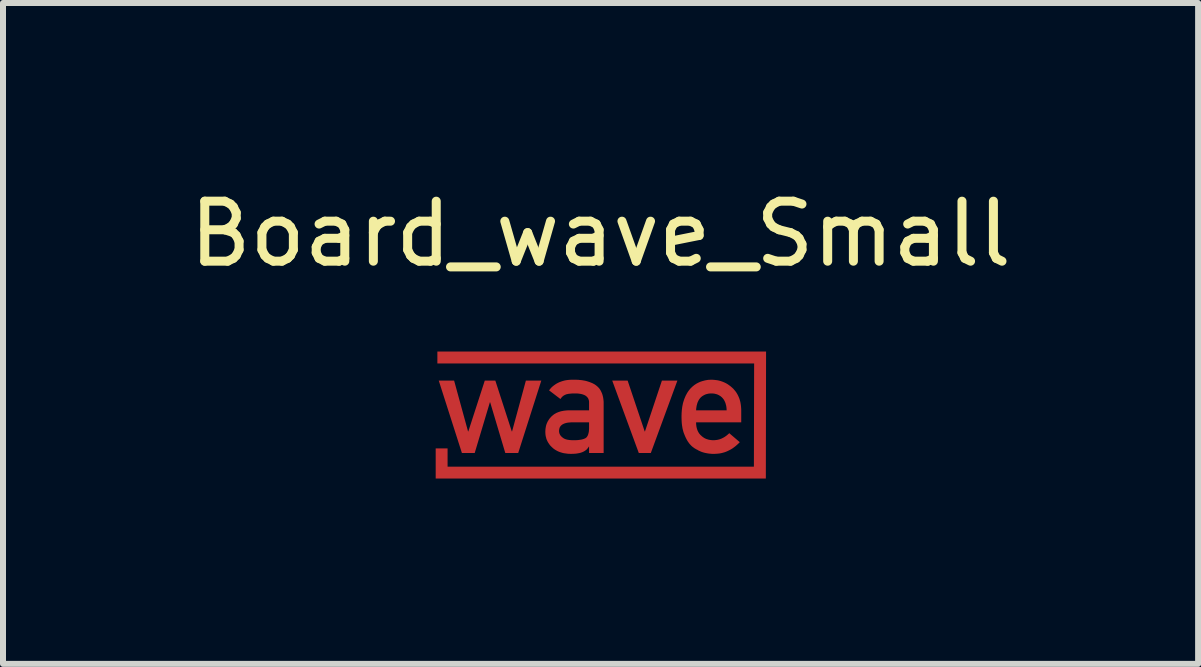
<source format=kicad_pcb>
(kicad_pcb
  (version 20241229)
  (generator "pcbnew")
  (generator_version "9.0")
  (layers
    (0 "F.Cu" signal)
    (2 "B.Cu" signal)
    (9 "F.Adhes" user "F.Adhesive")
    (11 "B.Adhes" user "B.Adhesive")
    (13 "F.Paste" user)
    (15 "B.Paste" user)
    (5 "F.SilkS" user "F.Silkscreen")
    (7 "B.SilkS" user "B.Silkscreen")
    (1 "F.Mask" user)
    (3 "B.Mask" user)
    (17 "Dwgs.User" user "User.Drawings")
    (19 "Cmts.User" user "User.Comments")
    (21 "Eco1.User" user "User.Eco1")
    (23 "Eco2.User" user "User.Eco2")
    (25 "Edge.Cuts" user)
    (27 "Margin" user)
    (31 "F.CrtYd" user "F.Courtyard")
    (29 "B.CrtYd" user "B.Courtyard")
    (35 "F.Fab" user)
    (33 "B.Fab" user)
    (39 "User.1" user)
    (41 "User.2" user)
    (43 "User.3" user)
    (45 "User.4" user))
  (footprint "Board_wave_Small"
    (layer "F.Cu")
    (at 6.958 3.848)
    (property "Reference" "Board_wave_Small" (at 0 -3 0) (unlocked yes) (layer "F.SilkS") (effects (font (size 1 1) (thickness 0.15))))
    (attr exclude_from_pos_files exclude_from_bom allow_missing_courtyard)
    (fp_poly (pts (xy 0.736 0.291) (xy 0.741 0.291) (xy 1.023 -0.555) (xy 1.281 -0.555) (xy 0.838 0.652) (xy 0.638 0.652) (xy 0.195 -0.555) (xy 0.452 -0.555)) (stroke (width 0) (type solid)) (fill yes) (layer "F.Cu"))
    (fp_poly (pts (xy 2.755 1.077) (xy -2.747 1.077) (xy -2.747 0.575) (xy -2.549 0.575) (xy -2.549 0.879) (xy 2.556 0.879) (xy 2.56 -0.841) (xy -2.719 -0.841) (xy -2.719 -1.039) (xy 2.759 -1.039)) (stroke (width 0) (type solid)) (fill yes) (layer "F.Cu"))
    (fp_poly (pts (xy -2.208 0.291) (xy -2.203 0.291) (xy -1.929 -0.555) (xy -1.753 -0.555) (xy -1.479 0.291) (xy -1.474 0.291) (xy -1.244 -0.555) (xy -0.987 -0.555) (xy -1.372 0.652) (xy -1.587 0.652) (xy -1.839 -0.193) (xy -1.844 -0.193) (xy -2.097 0.652) (xy -2.31 0.652) (xy -2.696 -0.555) (xy -2.44 -0.555)) (stroke (width 0) (type solid)) (fill yes) (layer "F.Cu"))
    (fp_poly (pts (xy 1.873 -0.569) (xy 1.898 -0.567) (xy 1.923 -0.564) (xy 1.947 -0.561) (xy 1.971 -0.556) (xy 1.994 -0.55) (xy 2.016 -0.543) (xy 2.038 -0.535) (xy 2.06 -0.526) (xy 2.081 -0.516) (xy 2.102 -0.505) (xy 2.122 -0.493) (xy 2.141 -0.479) (xy 2.161 -0.465) (xy 2.179 -0.45) (xy 2.197 -0.434) (xy 2.215 -0.417) (xy 2.231 -0.398) (xy 2.247 -0.379) (xy 2.261 -0.36) (xy 2.274 -0.339) (xy 2.286 -0.318) (xy 2.297 -0.295) (xy 2.307 -0.272) (xy 2.316 -0.249) (xy 2.323 -0.224) (xy 2.33 -0.199) (xy 2.335 -0.172) (xy 2.339 -0.145) (xy 2.342 -0.118) (xy 2.344 -0.089) (xy 2.345 -0.06) (xy 2.345 0.14) (xy 1.593 0.14) (xy 1.593 0.158) (xy 1.594 0.176) (xy 1.596 0.193) (xy 1.598 0.209) (xy 1.601 0.224) (xy 1.605 0.24) (xy 1.609 0.254) (xy 1.614 0.268) (xy 1.619 0.282) (xy 1.626 0.295) (xy 1.632 0.307) (xy 1.64 0.319) (xy 1.648 0.331) (xy 1.657 0.341) (xy 1.666 0.352) (xy 1.677 0.361) (xy 1.687 0.371) (xy 1.697 0.379) (xy 1.708 0.387) (xy 1.719 0.395) (xy 1.73 0.402) (xy 1.742 0.408) (xy 1.754 0.414) (xy 1.767 0.419) (xy 1.78 0.423) (xy 1.793 0.427) (xy 1.807 0.431) (xy 1.821 0.433) (xy 1.835 0.435) (xy 1.85 0.437) (xy 1.866 0.438) (xy 1.881 0.438) (xy 1.899 0.438) (xy 1.918 0.436) (xy 1.935 0.434) (xy 1.953 0.431) (xy 1.97 0.427) (xy 1.988 0.422) (xy 2.004 0.416) (xy 2.021 0.409) (xy 2.037 0.401) (xy 2.054 0.392) (xy 2.069 0.383) (xy 2.085 0.372) (xy 2.1 0.361) (xy 2.116 0.348) (xy 2.131 0.335) (xy 2.145 0.321) (xy 2.321 0.471) (xy 2.297 0.495) (xy 2.273 0.517) (xy 2.249 0.538) (xy 2.224 0.557) (xy 2.199 0.575) (xy 2.173 0.591) (xy 2.146 0.605) (xy 2.12 0.618) (xy 2.092 0.63) (xy 2.064 0.64) (xy 2.036 0.648) (xy 2.007 0.655) (xy 1.977 0.66) (xy 1.947 0.663) (xy 1.917 0.665) (xy 1.886 0.666) (xy 1.862 0.666) (xy 1.839 0.664) (xy 1.815 0.662) (xy 1.792 0.659) (xy 1.769 0.655) (xy 1.745 0.65) (xy 1.723 0.645) (xy 1.7 0.638) (xy 1.689 0.634) (xy 1.677 0.63) (xy 1.666 0.625) (xy 1.655 0.62) (xy 1.644 0.615) (xy 1.633 0.61) (xy 1.622 0.604) (xy 1.612 0.597) (xy 1.6 0.592) (xy 1.589 0.586) (xy 1.578 0.579) (xy 1.567 0.573) (xy 1.557 0.566) (xy 1.547 0.558) (xy 1.537 0.551) (xy 1.527 0.543) (xy 1.517 0.534) (xy 1.508 0.525) (xy 1.499 0.515) (xy 1.49 0.506) (xy 1.481 0.495) (xy 1.473 0.485) (xy 1.465 0.473) (xy 1.457 0.462) (xy 1.449 0.45) (xy 1.442 0.437) (xy 1.435 0.425) (xy 1.428 0.411) (xy 1.421 0.398) (xy 1.415 0.384) (xy 1.408 0.369) (xy 1.402 0.354) (xy 1.396 0.339) (xy 1.39 0.324) (xy 1.384 0.308) (xy 1.379 0.292) (xy 1.375 0.275) (xy 1.37 0.257) (xy 1.366 0.239) (xy 1.363 0.221) (xy 1.36 0.202) (xy 1.357 0.182) (xy 1.355 0.162) (xy 1.353 0.141) (xy 1.351 0.098) (xy 1.35 0.052) (xy 1.35 0.03) (xy 1.351 0.008) (xy 1.351 -0.013) (xy 1.353 -0.034) (xy 1.354 -0.054) (xy 1.355 -0.06) (xy 1.593 -0.06) (xy 2.102 -0.06) (xy 2.101 -0.077) (xy 2.1 -0.094) (xy 2.098 -0.11) (xy 2.096 -0.126) (xy 2.093 -0.141) (xy 2.089 -0.155) (xy 2.085 -0.17) (xy 2.081 -0.183) (xy 2.076 -0.196) (xy 2.07 -0.209) (xy 2.064 -0.221) (xy 2.058 -0.232) (xy 2.051 -0.243) (xy 2.043 -0.253) (xy 2.035 -0.263) (xy 2.026 -0.272) (xy 2.018 -0.281) (xy 2.008 -0.288) (xy 1.999 -0.296) (xy 1.989 -0.302) (xy 1.979 -0.308) (xy 1.969 -0.314) (xy 1.958 -0.319) (xy 1.947 -0.324) (xy 1.936 -0.328) (xy 1.924 -0.331) (xy 1.912 -0.334) (xy 1.9 -0.337) (xy 1.887 -0.339) (xy 1.874 -0.34) (xy 1.861 -0.341) (xy 1.848 -0.341) (xy 1.834 -0.341) (xy 1.821 -0.34) (xy 1.808 -0.339) (xy 1.795 -0.337) (xy 1.783 -0.334) (xy 1.771 -0.331) (xy 1.759 -0.328) (xy 1.748 -0.324) (xy 1.737 -0.319) (xy 1.726 -0.314) (xy 1.716 -0.308) (xy 1.706 -0.302) (xy 1.696 -0.296) (xy 1.686 -0.288) (xy 1.677 -0.281) (xy 1.668 -0.272) (xy 1.66 -0.263) (xy 1.652 -0.253) (xy 1.645 -0.243) (xy 1.638 -0.232) (xy 1.632 -0.221) (xy 1.626 -0.209) (xy 1.62 -0.196) (xy 1.615 -0.183) (xy 1.611 -0.17) (xy 1.607 -0.155) (xy 1.603 -0.141) (xy 1.6 -0.126) (xy 1.598 -0.11) (xy 1.595 -0.094) (xy 1.594 -0.077) (xy 1.593 -0.06) (xy 1.355 -0.06) (xy 1.356 -0.074) (xy 1.359 -0.093) (xy 1.361 -0.112) (xy 1.364 -0.13) (xy 1.368 -0.148) (xy 1.371 -0.165) (xy 1.375 -0.182) (xy 1.38 -0.199) (xy 1.385 -0.215) (xy 1.39 -0.23) (xy 1.395 -0.246) (xy 1.401 -0.26) (xy 1.407 -0.275) (xy 1.413 -0.289) (xy 1.419 -0.303) (xy 1.426 -0.316) (xy 1.433 -0.329) (xy 1.44 -0.342) (xy 1.447 -0.354) (xy 1.454 -0.365) (xy 1.462 -0.377) (xy 1.47 -0.388) (xy 1.478 -0.398) (xy 1.486 -0.408) (xy 1.494 -0.418) (xy 1.503 -0.427) (xy 1.512 -0.436) (xy 1.521 -0.445) (xy 1.53 -0.453) (xy 1.539 -0.462) (xy 1.549 -0.469) (xy 1.558 -0.477) (xy 1.568 -0.484) (xy 1.578 -0.491) (xy 1.588 -0.497) (xy 1.598 -0.504) (xy 1.608 -0.509) (xy 1.619 -0.515) (xy 1.629 -0.52) (xy 1.64 -0.525) (xy 1.651 -0.53) (xy 1.662 -0.535) (xy 1.673 -0.539) (xy 1.695 -0.546) (xy 1.706 -0.549) (xy 1.717 -0.552) (xy 1.728 -0.555) (xy 1.739 -0.558) (xy 1.75 -0.56) (xy 1.761 -0.562) (xy 1.772 -0.564) (xy 1.783 -0.566) (xy 1.793 -0.567) (xy 1.804 -0.568) (xy 1.815 -0.569) (xy 1.826 -0.569) (xy 1.837 -0.57) (xy 1.848 -0.57)) (stroke (width 0) (type solid)) (fill yes) (layer "F.Cu"))
    (fp_poly (pts (xy -0.422 -0.57) (xy -0.395 -0.569) (xy -0.368 -0.568) (xy -0.342 -0.565) (xy -0.317 -0.563) (xy -0.292 -0.559) (xy -0.268 -0.555) (xy -0.245 -0.55) (xy -0.223 -0.544) (xy -0.201 -0.537) (xy -0.18 -0.53) (xy -0.16 -0.522) (xy -0.14 -0.514) (xy -0.122 -0.505) (xy -0.103 -0.495) (xy -0.086 -0.484) (xy -0.07 -0.472) (xy -0.054 -0.459) (xy -0.04 -0.445) (xy -0.026 -0.431) (xy -0.014 -0.415) (xy -0.003 -0.398) (xy 0.007 -0.38) (xy 0.016 -0.361) (xy 0.025 -0.341) (xy 0.032 -0.32) (xy 0.038 -0.298) (xy 0.043 -0.275) (xy 0.047 -0.251) (xy 0.05 -0.225) (xy 0.052 -0.199) (xy 0.052 -0.172) (xy 0.052 0.652) (xy -0.191 0.652) (xy -0.191 0.545) (xy -0.195 0.545) (xy -0.2 0.553) (xy -0.204 0.56) (xy -0.209 0.567) (xy -0.215 0.574) (xy -0.22 0.58) (xy -0.226 0.587) (xy -0.232 0.593) (xy -0.238 0.599) (xy -0.245 0.604) (xy -0.252 0.609) (xy -0.259 0.614) (xy -0.267 0.619) (xy -0.275 0.624) (xy -0.283 0.628) (xy -0.291 0.632) (xy -0.3 0.636) (xy -0.309 0.639) (xy -0.318 0.643) (xy -0.328 0.646) (xy -0.338 0.649) (xy -0.349 0.652) (xy -0.36 0.654) (xy -0.371 0.656) (xy -0.383 0.658) (xy -0.408 0.662) (xy -0.435 0.664) (xy -0.463 0.665) (xy -0.493 0.666) (xy -0.518 0.665) (xy -0.542 0.664) (xy -0.566 0.661) (xy -0.588 0.658) (xy -0.61 0.655) (xy -0.632 0.65) (xy -0.652 0.644) (xy -0.672 0.638) (xy -0.691 0.631) (xy -0.71 0.623) (xy -0.727 0.614) (xy -0.744 0.605) (xy -0.76 0.595) (xy -0.776 0.584) (xy -0.791 0.572) (xy -0.805 0.559) (xy -0.819 0.546) (xy -0.832 0.533) (xy -0.844 0.519) (xy -0.855 0.504) (xy -0.865 0.489) (xy -0.875 0.474) (xy -0.883 0.459) (xy -0.891 0.442) (xy -0.898 0.426) (xy -0.904 0.409) (xy -0.908 0.391) (xy -0.913 0.373) (xy -0.916 0.355) (xy -0.918 0.336) (xy -0.919 0.317) (xy -0.92 0.297) (xy -0.919 0.286) (xy -0.691 0.286) (xy -0.691 0.293) (xy -0.69 0.301) (xy -0.689 0.308) (xy -0.687 0.315) (xy -0.686 0.322) (xy -0.683 0.329) (xy -0.68 0.336) (xy -0.677 0.343) (xy -0.674 0.349) (xy -0.669 0.356) (xy -0.665 0.362) (xy -0.66 0.368) (xy -0.655 0.374) (xy -0.649 0.379) (xy -0.643 0.385) (xy -0.636 0.391) (xy -0.629 0.396) (xy -0.622 0.402) (xy -0.614 0.407) (xy -0.606 0.411) (xy -0.597 0.416) (xy -0.587 0.42) (xy -0.577 0.423) (xy -0.567 0.426) (xy -0.556 0.429) (xy -0.544 0.431) (xy -0.532 0.433) (xy -0.519 0.435) (xy -0.506 0.436) (xy -0.492 0.437) (xy -0.478 0.438) (xy -0.463 0.438) (xy -0.444 0.438) (xy -0.426 0.438) (xy -0.409 0.438) (xy -0.392 0.437) (xy -0.376 0.436) (xy -0.361 0.434) (xy -0.347 0.432) (xy -0.333 0.43) (xy -0.32 0.428) (xy -0.307 0.425) (xy -0.296 0.422) (xy -0.285 0.419) (xy -0.274 0.415) (xy -0.265 0.411) (xy -0.256 0.407) (xy -0.248 0.402) (xy -0.241 0.397) (xy -0.234 0.391) (xy -0.228 0.384) (xy -0.223 0.377) (xy -0.218 0.369) (xy -0.213 0.36) (xy -0.209 0.35) (xy -0.205 0.339) (xy -0.202 0.328) (xy -0.199 0.316) (xy -0.196 0.303) (xy -0.194 0.289) (xy -0.193 0.275) (xy -0.192 0.26) (xy -0.191 0.244) (xy -0.191 0.228) (xy -0.191 0.14) (xy -0.482 0.14) (xy -0.507 0.142) (xy -0.519 0.143) (xy -0.531 0.144) (xy -0.542 0.145) (xy -0.553 0.147) (xy -0.564 0.149) (xy -0.574 0.151) (xy -0.584 0.154) (xy -0.593 0.157) (xy -0.602 0.16) (xy -0.61 0.163) (xy -0.618 0.167) (xy -0.626 0.171) (xy -0.633 0.175) (xy -0.64 0.179) (xy -0.646 0.184) (xy -0.652 0.189) (xy -0.657 0.194) (xy -0.662 0.199) (xy -0.667 0.205) (xy -0.671 0.211) (xy -0.675 0.217) (xy -0.679 0.224) (xy -0.682 0.231) (xy -0.684 0.238) (xy -0.686 0.245) (xy -0.688 0.253) (xy -0.689 0.261) (xy -0.69 0.269) (xy -0.691 0.277) (xy -0.691 0.286) (xy -0.919 0.286) (xy -0.919 0.279) (xy -0.918 0.26) (xy -0.916 0.242) (xy -0.913 0.224) (xy -0.91 0.207) (xy -0.906 0.19) (xy -0.901 0.174) (xy -0.895 0.158) (xy -0.888 0.143) (xy -0.881 0.127) (xy -0.872 0.113) (xy -0.863 0.098) (xy -0.854 0.084) (xy -0.843 0.071) (xy -0.832 0.058) (xy -0.82 0.045) (xy -0.807 0.033) (xy -0.793 0.021) (xy -0.779 0.01) (xy -0.764 0.00018) (xy -0.748 -0.009) (xy -0.732 -0.018) (xy -0.714 -0.025) (xy -0.696 -0.032) (xy -0.678 -0.038) (xy -0.658 -0.044) (xy -0.638 -0.048) (xy -0.617 -0.052) (xy -0.596 -0.055) (xy -0.574 -0.057) (xy -0.551 -0.059) (xy -0.527 -0.06) (xy -0.191 -0.06) (xy -0.191 -0.186) (xy -0.191 -0.196) (xy -0.191 -0.206) (xy -0.193 -0.215) (xy -0.194 -0.224) (xy -0.196 -0.232) (xy -0.199 -0.24) (xy -0.202 -0.248) (xy -0.205 -0.256) (xy -0.209 -0.263) (xy -0.214 -0.27) (xy -0.219 -0.276) (xy -0.225 -0.283) (xy -0.231 -0.289) (xy -0.237 -0.294) (xy -0.244 -0.3) (xy -0.252 -0.305) (xy -0.26 -0.309) (xy -0.268 -0.314) (xy -0.286 -0.321) (xy -0.307 -0.328) (xy -0.329 -0.333) (xy -0.354 -0.337) (xy -0.38 -0.34) (xy -0.408 -0.341) (xy -0.438 -0.341) (xy -0.46 -0.341) (xy -0.481 -0.34) (xy -0.491 -0.339) (xy -0.501 -0.338) (xy -0.51 -0.337) (xy -0.52 -0.336) (xy -0.528 -0.335) (xy -0.537 -0.334) (xy -0.545 -0.332) (xy -0.553 -0.33) (xy -0.56 -0.329) (xy -0.568 -0.327) (xy -0.575 -0.325) (xy -0.581 -0.322) (xy -0.588 -0.319) (xy -0.595 -0.316) (xy -0.601 -0.313) (xy -0.607 -0.309) (xy -0.613 -0.306) (xy -0.619 -0.302) (xy -0.625 -0.297) (xy -0.63 -0.293) (xy -0.636 -0.288) (xy -0.641 -0.283) (xy -0.646 -0.278) (xy -0.65 -0.272) (xy -0.655 -0.267) (xy -0.659 -0.261) (xy -0.664 -0.254) (xy -0.668 -0.248) (xy -0.858 -0.393) (xy -0.84 -0.415) (xy -0.822 -0.436) (xy -0.802 -0.455) (xy -0.781 -0.472) (xy -0.759 -0.488) (xy -0.736 -0.503) (xy -0.712 -0.516) (xy -0.687 -0.528) (xy -0.661 -0.538) (xy -0.634 -0.547) (xy -0.606 -0.555) (xy -0.577 -0.561) (xy -0.547 -0.565) (xy -0.516 -0.568) (xy -0.483 -0.57) (xy -0.45 -0.57)) (stroke (width 0) (type solid)) (fill yes) (layer "F.Cu"))
    (fp_poly (pts (xy 0.741 0.291) (xy 0.745 0.291) (xy 1.028 -0.555) (xy 1.286 -0.555) (xy 0.843 0.652) (xy 0.643 0.652) (xy 0.2 -0.555) (xy 0.457 -0.555)) (stroke (width 0) (type solid)) (fill yes) (layer "F.Mask"))
    (fp_poly (pts (xy 2.759 1.077) (xy -2.743 1.077) (xy -2.743 0.575) (xy -2.545 0.575) (xy -2.545 0.879) (xy 2.561 0.879) (xy 2.564 -0.841) (xy -2.715 -0.841) (xy -2.715 -1.039) (xy 2.763 -1.039)) (stroke (width 0) (type solid)) (fill yes) (layer "F.Mask"))
    (fp_poly (pts (xy -2.203 0.291) (xy -2.199 0.291) (xy -1.925 -0.555) (xy -1.749 -0.555) (xy -1.475 0.291) (xy -1.47 0.291) (xy -1.24 -0.555) (xy -0.983 -0.555) (xy -1.368 0.652) (xy -1.583 0.652) (xy -1.835 -0.193) (xy -1.84 -0.193) (xy -2.092 0.652) (xy -2.306 0.652) (xy -2.692 -0.555) (xy -2.435 -0.555)) (stroke (width 0) (type solid)) (fill yes) (layer "F.Mask"))
    (fp_poly (pts (xy 1.878 -0.569) (xy 1.903 -0.567) (xy 1.927 -0.564) (xy 1.951 -0.561) (xy 1.975 -0.556) (xy 1.998 -0.55) (xy 2.021 -0.543) (xy 2.043 -0.535) (xy 2.065 -0.526) (xy 2.086 -0.516) (xy 2.106 -0.505) (xy 2.126 -0.493) (xy 2.146 -0.479) (xy 2.165 -0.465) (xy 2.184 -0.45) (xy 2.202 -0.434) (xy 2.219 -0.417) (xy 2.236 -0.398) (xy 2.251 -0.379) (xy 2.266 -0.36) (xy 2.279 -0.339) (xy 2.291 -0.318) (xy 2.302 -0.295) (xy 2.312 -0.272) (xy 2.32 -0.249) (xy 2.328 -0.224) (xy 2.334 -0.199) (xy 2.34 -0.172) (xy 2.344 -0.145) (xy 2.347 -0.118) (xy 2.349 -0.089) (xy 2.35 -0.06) (xy 2.35 0.14) (xy 1.597 0.14) (xy 1.598 0.158) (xy 1.599 0.176) (xy 1.6 0.193) (xy 1.602 0.209) (xy 1.605 0.224) (xy 1.609 0.24) (xy 1.613 0.254) (xy 1.618 0.268) (xy 1.624 0.282) (xy 1.63 0.295) (xy 1.637 0.307) (xy 1.644 0.319) (xy 1.653 0.331) (xy 1.661 0.341) (xy 1.671 0.352) (xy 1.681 0.361) (xy 1.691 0.371) (xy 1.701 0.379) (xy 1.712 0.387) (xy 1.723 0.395) (xy 1.735 0.402) (xy 1.746 0.408) (xy 1.759 0.414) (xy 1.771 0.419) (xy 1.784 0.423) (xy 1.798 0.427) (xy 1.811 0.431) (xy 1.825 0.433) (xy 1.84 0.435) (xy 1.855 0.437) (xy 1.87 0.438) (xy 1.886 0.438) (xy 1.904 0.438) (xy 1.922 0.436) (xy 1.94 0.434) (xy 1.958 0.431) (xy 1.975 0.427) (xy 1.992 0.422) (xy 2.009 0.416) (xy 2.026 0.409) (xy 2.042 0.401) (xy 2.058 0.392) (xy 2.074 0.383) (xy 2.09 0.372) (xy 2.105 0.361) (xy 2.12 0.348) (xy 2.135 0.335) (xy 2.15 0.321) (xy 2.325 0.471) (xy 2.302 0.495) (xy 2.278 0.517) (xy 2.253 0.538) (xy 2.229 0.557) (xy 2.203 0.575) (xy 2.177 0.591) (xy 2.151 0.605) (xy 2.124 0.618) (xy 2.097 0.63) (xy 2.069 0.64) (xy 2.04 0.648) (xy 2.011 0.655) (xy 1.982 0.66) (xy 1.952 0.663) (xy 1.921 0.665) (xy 1.89 0.666) (xy 1.867 0.666) (xy 1.843 0.664) (xy 1.82 0.662) (xy 1.796 0.659) (xy 1.773 0.655) (xy 1.75 0.65) (xy 1.727 0.645) (xy 1.704 0.638) (xy 1.693 0.634) (xy 1.682 0.63) (xy 1.671 0.625) (xy 1.66 0.62) (xy 1.649 0.615) (xy 1.638 0.61) (xy 1.627 0.604) (xy 1.616 0.597) (xy 1.605 0.592) (xy 1.594 0.586) (xy 1.583 0.579) (xy 1.572 0.573) (xy 1.561 0.566) (xy 1.551 0.558) (xy 1.541 0.551) (xy 1.531 0.543) (xy 1.522 0.534) (xy 1.512 0.525) (xy 1.503 0.515) (xy 1.494 0.506) (xy 1.486 0.495) (xy 1.478 0.485) (xy 1.469 0.473) (xy 1.462 0.462) (xy 1.454 0.45) (xy 1.447 0.437) (xy 1.439 0.425) (xy 1.432 0.411) (xy 1.426 0.398) (xy 1.419 0.384) (xy 1.413 0.369) (xy 1.407 0.354) (xy 1.4 0.339) (xy 1.394 0.324) (xy 1.389 0.308) (xy 1.384 0.292) (xy 1.379 0.275) (xy 1.375 0.257) (xy 1.371 0.239) (xy 1.367 0.221) (xy 1.364 0.202) (xy 1.362 0.182) (xy 1.359 0.162) (xy 1.358 0.141) (xy 1.355 0.098) (xy 1.354 0.052) (xy 1.355 0.03) (xy 1.355 0.008) (xy 1.356 -0.013) (xy 1.357 -0.034) (xy 1.359 -0.054) (xy 1.359 -0.06) (xy 1.597 -0.06) (xy 2.107 -0.06) (xy 2.106 -0.077) (xy 2.104 -0.094) (xy 2.102 -0.11) (xy 2.1 -0.126) (xy 2.097 -0.141) (xy 2.094 -0.155) (xy 2.09 -0.17) (xy 2.085 -0.183) (xy 2.08 -0.196) (xy 2.075 -0.209) (xy 2.069 -0.221) (xy 2.062 -0.232) (xy 2.055 -0.243) (xy 2.048 -0.253) (xy 2.04 -0.263) (xy 2.031 -0.272) (xy 2.022 -0.281) (xy 2.013 -0.288) (xy 2.003 -0.296) (xy 1.994 -0.302) (xy 1.984 -0.308) (xy 1.973 -0.314) (xy 1.962 -0.319) (xy 1.951 -0.324) (xy 1.94 -0.328) (xy 1.928 -0.331) (xy 1.916 -0.334) (xy 1.904 -0.337) (xy 1.892 -0.339) (xy 1.879 -0.34) (xy 1.866 -0.341) (xy 1.852 -0.341) (xy 1.839 -0.341) (xy 1.825 -0.34) (xy 1.812 -0.339) (xy 1.8 -0.337) (xy 1.788 -0.334) (xy 1.776 -0.331) (xy 1.764 -0.328) (xy 1.753 -0.324) (xy 1.742 -0.319) (xy 1.731 -0.314) (xy 1.72 -0.308) (xy 1.71 -0.302) (xy 1.7 -0.296) (xy 1.691 -0.288) (xy 1.682 -0.281) (xy 1.673 -0.272) (xy 1.665 -0.263) (xy 1.657 -0.253) (xy 1.649 -0.243) (xy 1.642 -0.232) (xy 1.636 -0.221) (xy 1.63 -0.209) (xy 1.625 -0.196) (xy 1.62 -0.183) (xy 1.615 -0.17) (xy 1.611 -0.155) (xy 1.608 -0.141) (xy 1.605 -0.126) (xy 1.602 -0.11) (xy 1.6 -0.094) (xy 1.598 -0.077) (xy 1.597 -0.06) (xy 1.359 -0.06) (xy 1.361 -0.074) (xy 1.363 -0.093) (xy 1.366 -0.112) (xy 1.369 -0.13) (xy 1.372 -0.148) (xy 1.376 -0.165) (xy 1.38 -0.182) (xy 1.384 -0.199) (xy 1.389 -0.215) (xy 1.394 -0.23) (xy 1.4 -0.246) (xy 1.405 -0.26) (xy 1.411 -0.275) (xy 1.418 -0.289) (xy 1.424 -0.303) (xy 1.431 -0.316) (xy 1.437 -0.329) (xy 1.444 -0.342) (xy 1.451 -0.354) (xy 1.459 -0.365) (xy 1.466 -0.377) (xy 1.474 -0.388) (xy 1.482 -0.398) (xy 1.49 -0.408) (xy 1.499 -0.418) (xy 1.507 -0.427) (xy 1.516 -0.436) (xy 1.525 -0.445) (xy 1.534 -0.453) (xy 1.544 -0.462) (xy 1.553 -0.469) (xy 1.563 -0.477) (xy 1.572 -0.484) (xy 1.582 -0.491) (xy 1.592 -0.497) (xy 1.603 -0.504) (xy 1.613 -0.509) (xy 1.623 -0.515) (xy 1.634 -0.52) (xy 1.645 -0.525) (xy 1.656 -0.53) (xy 1.667 -0.535) (xy 1.678 -0.539) (xy 1.7 -0.546) (xy 1.711 -0.549) (xy 1.722 -0.552) (xy 1.733 -0.555) (xy 1.744 -0.558) (xy 1.754 -0.56) (xy 1.765 -0.562) (xy 1.776 -0.564) (xy 1.787 -0.566) (xy 1.798 -0.567) (xy 1.809 -0.568) (xy 1.82 -0.569) (xy 1.83 -0.569) (xy 1.841 -0.57) (xy 1.852 -0.57)) (stroke (width 0) (type solid)) (fill yes) (layer "F.Mask"))
    (fp_poly (pts (xy -0.417 -0.57) (xy -0.39 -0.569) (xy -0.363 -0.568) (xy -0.337 -0.565) (xy -0.312 -0.563) (xy -0.288 -0.559) (xy -0.264 -0.555) (xy -0.241 -0.55) (xy -0.218 -0.544) (xy -0.197 -0.537) (xy -0.176 -0.53) (xy -0.155 -0.522) (xy -0.136 -0.514) (xy -0.117 -0.505) (xy -0.099 -0.495) (xy -0.082 -0.484) (xy -0.065 -0.472) (xy -0.05 -0.459) (xy -0.035 -0.445) (xy -0.022 -0.431) (xy -0.01 -0.415) (xy 0.002 -0.398) (xy 0.012 -0.38) (xy 0.021 -0.361) (xy 0.029 -0.341) (xy 0.036 -0.32) (xy 0.042 -0.298) (xy 0.047 -0.275) (xy 0.051 -0.251) (xy 0.054 -0.225) (xy 0.056 -0.199) (xy 0.057 -0.172) (xy 0.057 0.652) (xy -0.186 0.652) (xy -0.186 0.545) (xy -0.191 0.545) (xy -0.195 0.553) (xy -0.2 0.56) (xy -0.205 0.567) (xy -0.21 0.574) (xy -0.216 0.58) (xy -0.221 0.587) (xy -0.227 0.593) (xy -0.234 0.599) (xy -0.241 0.604) (xy -0.248 0.609) (xy -0.255 0.614) (xy -0.262 0.619) (xy -0.27 0.624) (xy -0.278 0.628) (xy -0.287 0.632) (xy -0.296 0.636) (xy -0.305 0.639) (xy -0.314 0.643) (xy -0.324 0.646) (xy -0.334 0.649) (xy -0.344 0.652) (xy -0.355 0.654) (xy -0.367 0.656) (xy -0.379 0.658) (xy -0.404 0.662) (xy -0.43 0.664) (xy -0.459 0.665) (xy -0.488 0.666) (xy -0.513 0.665) (xy -0.538 0.664) (xy -0.561 0.661) (xy -0.584 0.658) (xy -0.606 0.655) (xy -0.627 0.65) (xy -0.648 0.644) (xy -0.668 0.638) (xy -0.687 0.631) (xy -0.705 0.623) (xy -0.723 0.614) (xy -0.74 0.605) (xy -0.756 0.595) (xy -0.771 0.584) (xy -0.786 0.572) (xy -0.8 0.559) (xy -0.814 0.546) (xy -0.827 0.533) (xy -0.839 0.519) (xy -0.85 0.504) (xy -0.861 0.489) (xy -0.87 0.474) (xy -0.879 0.459) (xy -0.886 0.442) (xy -0.893 0.426) (xy -0.899 0.409) (xy -0.904 0.391) (xy -0.908 0.373) (xy -0.911 0.355) (xy -0.913 0.336) (xy -0.915 0.317) (xy -0.915 0.297) (xy -0.915 0.286) (xy -0.686 0.286) (xy -0.686 0.293) (xy -0.686 0.301) (xy -0.684 0.308) (xy -0.683 0.315) (xy -0.681 0.322) (xy -0.679 0.329) (xy -0.676 0.336) (xy -0.673 0.343) (xy -0.669 0.349) (xy -0.665 0.356) (xy -0.66 0.362) (xy -0.656 0.368) (xy -0.65 0.374) (xy -0.644 0.379) (xy -0.638 0.385) (xy -0.632 0.391) (xy -0.625 0.396) (xy -0.617 0.402) (xy -0.61 0.407) (xy -0.601 0.411) (xy -0.592 0.416) (xy -0.583 0.42) (xy -0.573 0.423) (xy -0.562 0.426) (xy -0.551 0.429) (xy -0.539 0.431) (xy -0.527 0.433) (xy -0.515 0.435) (xy -0.501 0.436) (xy -0.487 0.437) (xy -0.473 0.438) (xy -0.458 0.438) (xy -0.44 0.438) (xy -0.422 0.438) (xy -0.404 0.438) (xy -0.388 0.437) (xy -0.372 0.436) (xy -0.357 0.434) (xy -0.342 0.432) (xy -0.328 0.43) (xy -0.315 0.428) (xy -0.303 0.425) (xy -0.291 0.422) (xy -0.28 0.419) (xy -0.27 0.415) (xy -0.26 0.411) (xy -0.251 0.407) (xy -0.243 0.402) (xy -0.236 0.397) (xy -0.23 0.391) (xy -0.224 0.384) (xy -0.218 0.377) (xy -0.213 0.369) (xy -0.209 0.36) (xy -0.204 0.35) (xy -0.201 0.339) (xy -0.197 0.328) (xy -0.194 0.316) (xy -0.192 0.303) (xy -0.19 0.289) (xy -0.188 0.275) (xy -0.187 0.26) (xy -0.187 0.244) (xy -0.186 0.228) (xy -0.186 0.14) (xy -0.477 0.14) (xy -0.503 0.142) (xy -0.515 0.143) (xy -0.527 0.144) (xy -0.538 0.145) (xy -0.549 0.147) (xy -0.559 0.149) (xy -0.569 0.151) (xy -0.579 0.154) (xy -0.588 0.157) (xy -0.597 0.16) (xy -0.606 0.163) (xy -0.614 0.167) (xy -0.621 0.171) (xy -0.628 0.175) (xy -0.635 0.179) (xy -0.641 0.184) (xy -0.647 0.189) (xy -0.653 0.194) (xy -0.658 0.199) (xy -0.663 0.205) (xy -0.667 0.211) (xy -0.671 0.217) (xy -0.674 0.224) (xy -0.677 0.231) (xy -0.68 0.238) (xy -0.682 0.245) (xy -0.684 0.253) (xy -0.685 0.261) (xy -0.686 0.269) (xy -0.686 0.277) (xy -0.686 0.286) (xy -0.915 0.286) (xy -0.915 0.279) (xy -0.914 0.26) (xy -0.912 0.242) (xy -0.909 0.224) (xy -0.905 0.207) (xy -0.901 0.19) (xy -0.896 0.174) (xy -0.89 0.158) (xy -0.884 0.143) (xy -0.876 0.127) (xy -0.868 0.113) (xy -0.859 0.098) (xy -0.849 0.084) (xy -0.839 0.071) (xy -0.827 0.058) (xy -0.815 0.045) (xy -0.802 0.033) (xy -0.789 0.021) (xy -0.774 0.01) (xy -0.759 0.00018) (xy -0.744 -0.009) (xy -0.727 -0.018) (xy -0.71 -0.025) (xy -0.692 -0.032) (xy -0.673 -0.038) (xy -0.654 -0.044) (xy -0.634 -0.048) (xy -0.613 -0.052) (xy -0.591 -0.055) (xy -0.569 -0.057) (xy -0.546 -0.059) (xy -0.522 -0.06) (xy -0.186 -0.06) (xy -0.186 -0.186) (xy -0.186 -0.196) (xy -0.187 -0.206) (xy -0.188 -0.215) (xy -0.19 -0.224) (xy -0.192 -0.232) (xy -0.194 -0.24) (xy -0.197 -0.248) (xy -0.201 -0.256) (xy -0.205 -0.263) (xy -0.209 -0.27) (xy -0.214 -0.276) (xy -0.22 -0.283) (xy -0.226 -0.289) (xy -0.233 -0.294) (xy -0.24 -0.3) (xy -0.247 -0.305) (xy -0.255 -0.309) (xy -0.263 -0.314) (xy -0.282 -0.321) (xy -0.302 -0.328) (xy -0.325 -0.333) (xy -0.349 -0.337) (xy -0.375 -0.34) (xy -0.404 -0.341) (xy -0.434 -0.341) (xy -0.456 -0.341) (xy -0.477 -0.34) (xy -0.487 -0.339) (xy -0.497 -0.338) (xy -0.506 -0.337) (xy -0.515 -0.336) (xy -0.524 -0.335) (xy -0.532 -0.334) (xy -0.54 -0.332) (xy -0.548 -0.33) (xy -0.556 -0.329) (xy -0.563 -0.327) (xy -0.57 -0.325) (xy -0.577 -0.322) (xy -0.584 -0.319) (xy -0.59 -0.316) (xy -0.597 -0.313) (xy -0.603 -0.309) (xy -0.609 -0.306) (xy -0.615 -0.302) (xy -0.62 -0.297) (xy -0.626 -0.293) (xy -0.631 -0.288) (xy -0.636 -0.283) (xy -0.641 -0.278) (xy -0.646 -0.272) (xy -0.65 -0.267) (xy -0.655 -0.261) (xy -0.659 -0.254) (xy -0.663 -0.248) (xy -0.854 -0.393) (xy -0.836 -0.415) (xy -0.817 -0.436) (xy -0.797 -0.455) (xy -0.776 -0.472) (xy -0.754 -0.488) (xy -0.731 -0.503) (xy -0.708 -0.516) (xy -0.683 -0.528) (xy -0.657 -0.538) (xy -0.629 -0.547) (xy -0.601 -0.555) (xy -0.572 -0.561) (xy -0.542 -0.565) (xy -0.511 -0.568) (xy -0.479 -0.57) (xy -0.446 -0.57)) (stroke (width 0) (type solid)) (fill yes) (layer "F.Mask"))
    (zone (net_name "") (layer "F.Cu") (hatch edge 0.508) (connect_pads) (min_thickness 0.254) (filled_areas_thickness no) (keepout (tracks not_allowed) (vias not_allowed) (pads not_allowed) (copperpour not_allowed) (footprints not_allowed)) (placement (enabled no)) (fill) (polygon (pts (xy 9.809 5.014) (xy 4.109 5.014) (xy 4.108 4.298) (xy 4.358 4.298) (xy 4.108 3.298) (xy 4.109 2.71) (xy 9.809 2.712)))))
  (gr_rect
    (start -3 -3)
    (end 16.917 8.014)
    (stroke (width 0.1) (type default))
    (fill no)
    (layer "Edge.Cuts")))
</source>
